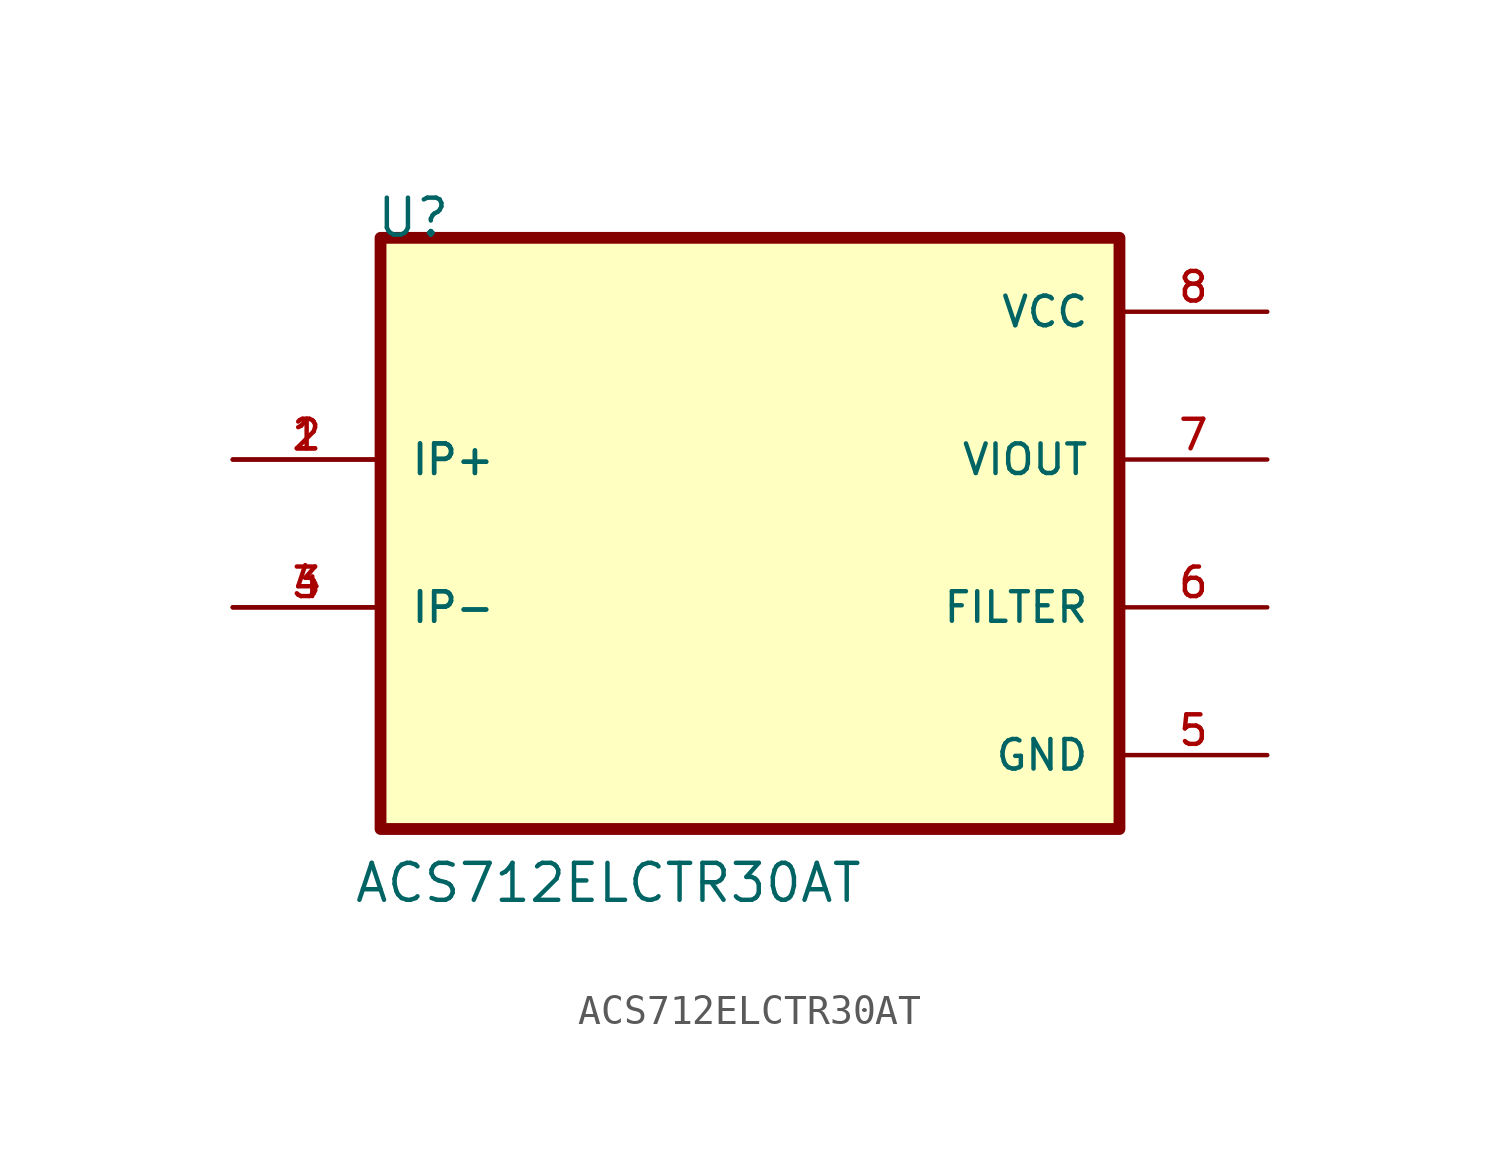
<source format=kicad_sym>
(kicad_symbol_lib
  (version 20211014)
  (generator kicad_symbol_editor)
  (symbol "ACS712ELCTR30AT"
    (pin_names
      (offset 1.016))
    (property "Reference" "U"
      (at -12.886 10.109 0.0)
      (effects (font (size 1.27 1.27)) (justify bottom left)))
    (property "Value" "ACS712ELCTR30AT"
      (at -13.648 -12.757 0.0)
      (effects (font (size 1.27 1.27)) (justify bottom left)))
    (symbol "ACS712ELCTR30AT_0_0"
      (rectangle (start -12.7 -10.16) (end 12.7 10.16) (stroke (width 0.406)) (fill (type background)))
      (pin power_in line (at 17.78 7.62 180.0) (length 5.08) (name "VCC" (effects (font (size 1.016 1.016)))) (number "8" (effects (font (size 1.016 1.016)))))
      (pin input line (at -17.78 2.54 0) (length 5.08) (name "IP+" (effects (font (size 1.016 1.016)))) (number "1" (effects (font (size 1.016 1.016)))))
      (pin input line (at -17.78 2.54 0) (length 5.08) (name "IP+" (effects (font (size 1.016 1.016)))) (number "2" (effects (font (size 1.016 1.016)))))
      (pin input line (at -17.78 -2.54 0) (length 5.08) (name "IP-" (effects (font (size 1.016 1.016)))) (number "3" (effects (font (size 1.016 1.016)))))
      (pin input line (at -17.78 -2.54 0) (length 5.08) (name "IP-" (effects (font (size 1.016 1.016)))) (number "4" (effects (font (size 1.016 1.016)))))
      (pin passive line (at 17.78 -2.54 180.0) (length 5.08) (name "FILTER" (effects (font (size 1.016 1.016)))) (number "6" (effects (font (size 1.016 1.016)))))
      (pin power_in line (at 17.78 -7.62 180.0) (length 5.08) (name "GND" (effects (font (size 1.016 1.016)))) (number "5" (effects (font (size 1.016 1.016)))))
      (pin output line (at 17.78 2.54 180.0) (length 5.08) (name "VIOUT" (effects (font (size 1.016 1.016)))) (number "7" (effects (font (size 1.016 1.016))))))))
</source>
